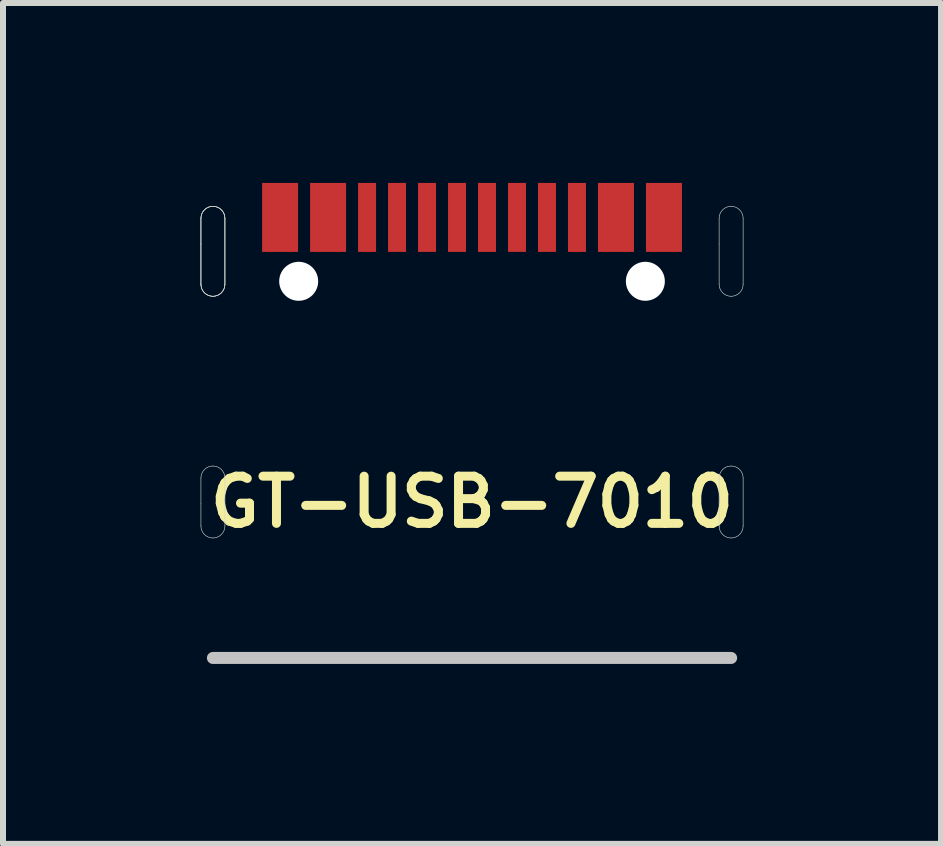
<source format=kicad_pcb>
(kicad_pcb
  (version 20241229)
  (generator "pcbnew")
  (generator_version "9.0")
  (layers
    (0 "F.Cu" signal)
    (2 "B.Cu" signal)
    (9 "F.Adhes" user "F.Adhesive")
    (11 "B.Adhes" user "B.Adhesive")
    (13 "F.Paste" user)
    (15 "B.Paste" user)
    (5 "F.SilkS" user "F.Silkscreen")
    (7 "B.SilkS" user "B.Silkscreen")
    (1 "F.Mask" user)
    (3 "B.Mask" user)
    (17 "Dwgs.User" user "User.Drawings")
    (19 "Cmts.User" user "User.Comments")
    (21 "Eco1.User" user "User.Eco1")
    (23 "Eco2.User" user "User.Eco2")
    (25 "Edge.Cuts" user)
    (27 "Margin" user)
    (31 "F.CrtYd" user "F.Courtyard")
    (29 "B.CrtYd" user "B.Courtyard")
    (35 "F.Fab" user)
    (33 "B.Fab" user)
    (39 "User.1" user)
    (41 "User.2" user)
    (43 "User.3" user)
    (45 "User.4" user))
  (footprint "GT-USB-7010"
    (layer "F.Cu")
    (at 4.82 5.32)
    (property "Reference" "GT-USB-7010" (at 0 0 0) (layer "F.SilkS") (effects (font (size 0.787 0.787) (thickness 0.15))))
    (attr smd)
    (fp_poly (pts (xy -4.72 -3.63) (xy -4.72 -4.6) (xy -4.72 -4.73) (xy -4.719 -4.751) (xy -4.718 -4.772) (xy -4.715 -4.793) (xy -4.711 -4.813) (xy -4.706 -4.834) (xy -4.7 -4.854) (xy -4.693 -4.873) (xy -4.685 -4.893) (xy -4.676 -4.912) (xy -4.666 -4.93) (xy -4.655 -4.948) (xy -4.644 -4.965) (xy -4.631 -4.982) (xy -4.617 -4.998) (xy -4.603 -5.013) (xy -4.588 -5.027) (xy -4.572 -5.041) (xy -4.555 -5.054) (xy -4.538 -5.065) (xy -4.52 -5.076) (xy -4.502 -5.086) (xy -4.483 -5.095) (xy -4.463 -5.103) (xy -4.444 -5.11) (xy -4.424 -5.116) (xy -4.403 -5.121) (xy -4.383 -5.125) (xy -4.362 -5.128) (xy -4.341 -5.129) (xy -4.32 -5.13) (xy -4.299 -5.129) (xy -4.278 -5.128) (xy -4.257 -5.125) (xy -4.237 -5.121) (xy -4.216 -5.116) (xy -4.196 -5.11) (xy -4.177 -5.103) (xy -4.157 -5.095) (xy -4.138 -5.086) (xy -4.12 -5.076) (xy -4.102 -5.065) (xy -4.085 -5.054) (xy -4.068 -5.041) (xy -4.052 -5.027) (xy -4.037 -5.013) (xy -4.023 -4.998) (xy -4.009 -4.982) (xy -3.996 -4.965) (xy -3.985 -4.948) (xy -3.974 -4.93) (xy -3.964 -4.912) (xy -3.955 -4.893) (xy -3.947 -4.873) (xy -3.94 -4.854) (xy -3.934 -4.834) (xy -3.929 -4.813) (xy -3.925 -4.793) (xy -3.922 -4.772) (xy -3.921 -4.751) (xy -3.92 -4.73) (xy -3.92 -3.63) (xy -3.921 -3.609) (xy -3.922 -3.588) (xy -3.925 -3.567) (xy -3.929 -3.547) (xy -3.934 -3.526) (xy -3.94 -3.506) (xy -3.947 -3.487) (xy -3.955 -3.467) (xy -3.964 -3.448) (xy -3.974 -3.43) (xy -3.985 -3.412) (xy -3.996 -3.395) (xy -4.009 -3.378) (xy -4.023 -3.362) (xy -4.037 -3.347) (xy -4.052 -3.333) (xy -4.068 -3.319) (xy -4.085 -3.306) (xy -4.102 -3.295) (xy -4.12 -3.284) (xy -4.138 -3.274) (xy -4.157 -3.265) (xy -4.177 -3.257) (xy -4.196 -3.25) (xy -4.216 -3.244) (xy -4.237 -3.239) (xy -4.257 -3.235) (xy -4.278 -3.232) (xy -4.299 -3.231) (xy -4.32 -3.23) (xy -4.341 -3.231) (xy -4.362 -3.232) (xy -4.383 -3.235) (xy -4.403 -3.239) (xy -4.424 -3.244) (xy -4.444 -3.25) (xy -4.463 -3.257) (xy -4.483 -3.265) (xy -4.502 -3.274) (xy -4.52 -3.284) (xy -4.538 -3.295) (xy -4.555 -3.306) (xy -4.572 -3.319) (xy -4.588 -3.333) (xy -4.603 -3.347) (xy -4.617 -3.362) (xy -4.631 -3.378) (xy -4.644 -3.395) (xy -4.655 -3.412) (xy -4.666 -3.43) (xy -4.676 -3.448) (xy -4.685 -3.467) (xy -4.693 -3.487) (xy -4.7 -3.506) (xy -4.706 -3.526) (xy -4.711 -3.547) (xy -4.715 -3.567) (xy -4.718 -3.588) (xy -4.719 -3.609) (xy -4.72 -3.63)) (stroke (width 0.2) (type solid)) (fill yes) (layer "F.Mask"))
    (fp_poly (pts (xy -4.72 0.4) (xy -4.72 -0.3) (xy -4.72 -0.4) (xy -4.719 -0.421) (xy -4.718 -0.442) (xy -4.715 -0.463) (xy -4.711 -0.483) (xy -4.706 -0.504) (xy -4.7 -0.524) (xy -4.693 -0.543) (xy -4.685 -0.563) (xy -4.676 -0.582) (xy -4.666 -0.6) (xy -4.655 -0.618) (xy -4.644 -0.635) (xy -4.631 -0.652) (xy -4.617 -0.668) (xy -4.603 -0.683) (xy -4.588 -0.697) (xy -4.572 -0.711) (xy -4.555 -0.724) (xy -4.538 -0.735) (xy -4.52 -0.746) (xy -4.502 -0.756) (xy -4.483 -0.765) (xy -4.463 -0.773) (xy -4.444 -0.78) (xy -4.424 -0.786) (xy -4.403 -0.791) (xy -4.383 -0.795) (xy -4.362 -0.798) (xy -4.341 -0.799) (xy -4.32 -0.8) (xy -4.299 -0.799) (xy -4.278 -0.798) (xy -4.257 -0.795) (xy -4.237 -0.791) (xy -4.216 -0.786) (xy -4.196 -0.78) (xy -4.177 -0.773) (xy -4.157 -0.765) (xy -4.138 -0.756) (xy -4.12 -0.746) (xy -4.102 -0.735) (xy -4.085 -0.724) (xy -4.068 -0.711) (xy -4.052 -0.697) (xy -4.037 -0.683) (xy -4.023 -0.668) (xy -4.009 -0.652) (xy -3.996 -0.635) (xy -3.985 -0.618) (xy -3.974 -0.6) (xy -3.964 -0.582) (xy -3.955 -0.563) (xy -3.947 -0.543) (xy -3.94 -0.524) (xy -3.934 -0.504) (xy -3.929 -0.483) (xy -3.925 -0.463) (xy -3.922 -0.442) (xy -3.921 -0.421) (xy -3.92 -0.4) (xy -3.92 0.4) (xy -3.921 0.421) (xy -3.922 0.442) (xy -3.925 0.463) (xy -3.929 0.483) (xy -3.934 0.504) (xy -3.94 0.524) (xy -3.947 0.543) (xy -3.955 0.563) (xy -3.964 0.582) (xy -3.974 0.6) (xy -3.985 0.618) (xy -3.996 0.635) (xy -4.009 0.652) (xy -4.023 0.668) (xy -4.037 0.683) (xy -4.052 0.697) (xy -4.068 0.711) (xy -4.085 0.724) (xy -4.102 0.735) (xy -4.12 0.746) (xy -4.138 0.756) (xy -4.157 0.765) (xy -4.177 0.773) (xy -4.196 0.78) (xy -4.216 0.786) (xy -4.237 0.791) (xy -4.257 0.795) (xy -4.278 0.798) (xy -4.299 0.799) (xy -4.32 0.8) (xy -4.341 0.799) (xy -4.362 0.798) (xy -4.383 0.795) (xy -4.403 0.791) (xy -4.424 0.786) (xy -4.444 0.78) (xy -4.463 0.773) (xy -4.483 0.765) (xy -4.502 0.756) (xy -4.52 0.746) (xy -4.538 0.735) (xy -4.555 0.724) (xy -4.572 0.711) (xy -4.588 0.697) (xy -4.603 0.683) (xy -4.617 0.668) (xy -4.631 0.652) (xy -4.644 0.635) (xy -4.655 0.618) (xy -4.666 0.6) (xy -4.676 0.582) (xy -4.685 0.563) (xy -4.693 0.543) (xy -4.7 0.524) (xy -4.706 0.504) (xy -4.711 0.483) (xy -4.715 0.463) (xy -4.718 0.442) (xy -4.719 0.421) (xy -4.72 0.4)) (stroke (width 0.2) (type solid)) (fill yes) (layer "F.Mask"))
    (fp_poly (pts (xy 3.916 0.4) (xy 3.916 -0.3) (xy 3.916 -0.4) (xy 3.917 -0.421) (xy 3.918 -0.442) (xy 3.921 -0.463) (xy 3.925 -0.483) (xy 3.93 -0.504) (xy 3.936 -0.524) (xy 3.943 -0.543) (xy 3.951 -0.563) (xy 3.96 -0.582) (xy 3.97 -0.6) (xy 3.981 -0.618) (xy 3.992 -0.635) (xy 4.005 -0.652) (xy 4.019 -0.668) (xy 4.033 -0.683) (xy 4.048 -0.697) (xy 4.064 -0.711) (xy 4.081 -0.724) (xy 4.098 -0.735) (xy 4.116 -0.746) (xy 4.134 -0.756) (xy 4.153 -0.765) (xy 4.173 -0.773) (xy 4.192 -0.78) (xy 4.212 -0.786) (xy 4.233 -0.791) (xy 4.253 -0.795) (xy 4.274 -0.798) (xy 4.295 -0.799) (xy 4.316 -0.8) (xy 4.337 -0.799) (xy 4.358 -0.798) (xy 4.379 -0.795) (xy 4.399 -0.791) (xy 4.42 -0.786) (xy 4.44 -0.78) (xy 4.459 -0.773) (xy 4.479 -0.765) (xy 4.498 -0.756) (xy 4.516 -0.746) (xy 4.534 -0.735) (xy 4.551 -0.724) (xy 4.568 -0.711) (xy 4.584 -0.697) (xy 4.599 -0.683) (xy 4.613 -0.668) (xy 4.627 -0.652) (xy 4.64 -0.635) (xy 4.651 -0.618) (xy 4.662 -0.6) (xy 4.672 -0.582) (xy 4.681 -0.563) (xy 4.689 -0.543) (xy 4.696 -0.524) (xy 4.702 -0.504) (xy 4.707 -0.483) (xy 4.711 -0.463) (xy 4.714 -0.442) (xy 4.715 -0.421) (xy 4.716 -0.4) (xy 4.716 0.4) (xy 4.715 0.421) (xy 4.714 0.442) (xy 4.711 0.463) (xy 4.707 0.483) (xy 4.702 0.504) (xy 4.696 0.524) (xy 4.689 0.543) (xy 4.681 0.563) (xy 4.672 0.582) (xy 4.662 0.6) (xy 4.651 0.618) (xy 4.64 0.635) (xy 4.627 0.652) (xy 4.613 0.668) (xy 4.599 0.683) (xy 4.584 0.697) (xy 4.568 0.711) (xy 4.551 0.724) (xy 4.534 0.735) (xy 4.516 0.746) (xy 4.498 0.756) (xy 4.479 0.765) (xy 4.459 0.773) (xy 4.44 0.78) (xy 4.42 0.786) (xy 4.399 0.791) (xy 4.379 0.795) (xy 4.358 0.798) (xy 4.337 0.799) (xy 4.316 0.8) (xy 4.295 0.799) (xy 4.274 0.798) (xy 4.253 0.795) (xy 4.233 0.791) (xy 4.212 0.786) (xy 4.192 0.78) (xy 4.173 0.773) (xy 4.153 0.765) (xy 4.134 0.756) (xy 4.116 0.746) (xy 4.098 0.735) (xy 4.081 0.724) (xy 4.064 0.711) (xy 4.048 0.697) (xy 4.033 0.683) (xy 4.019 0.668) (xy 4.005 0.652) (xy 3.992 0.635) (xy 3.981 0.618) (xy 3.97 0.6) (xy 3.96 0.582) (xy 3.951 0.563) (xy 3.943 0.543) (xy 3.936 0.524) (xy 3.93 0.504) (xy 3.925 0.483) (xy 3.921 0.463) (xy 3.918 0.442) (xy 3.917 0.421) (xy 3.916 0.4)) (stroke (width 0.2) (type solid)) (fill yes) (layer "F.Mask"))
    (fp_poly (pts (xy 3.92 -3.63) (xy 3.92 -4.6) (xy 3.92 -4.73) (xy 3.921 -4.751) (xy 3.922 -4.772) (xy 3.925 -4.793) (xy 3.929 -4.813) (xy 3.934 -4.834) (xy 3.94 -4.854) (xy 3.947 -4.873) (xy 3.955 -4.893) (xy 3.964 -4.912) (xy 3.974 -4.93) (xy 3.985 -4.948) (xy 3.996 -4.965) (xy 4.009 -4.982) (xy 4.023 -4.998) (xy 4.037 -5.013) (xy 4.052 -5.027) (xy 4.068 -5.041) (xy 4.085 -5.054) (xy 4.102 -5.065) (xy 4.12 -5.076) (xy 4.138 -5.086) (xy 4.157 -5.095) (xy 4.177 -5.103) (xy 4.196 -5.11) (xy 4.216 -5.116) (xy 4.237 -5.121) (xy 4.257 -5.125) (xy 4.278 -5.128) (xy 4.299 -5.129) (xy 4.32 -5.13) (xy 4.341 -5.129) (xy 4.362 -5.128) (xy 4.383 -5.125) (xy 4.403 -5.121) (xy 4.424 -5.116) (xy 4.444 -5.11) (xy 4.463 -5.103) (xy 4.483 -5.095) (xy 4.502 -5.086) (xy 4.52 -5.076) (xy 4.538 -5.065) (xy 4.555 -5.054) (xy 4.572 -5.041) (xy 4.588 -5.027) (xy 4.603 -5.013) (xy 4.617 -4.998) (xy 4.631 -4.982) (xy 4.644 -4.965) (xy 4.655 -4.948) (xy 4.666 -4.93) (xy 4.676 -4.912) (xy 4.685 -4.893) (xy 4.693 -4.873) (xy 4.7 -4.854) (xy 4.706 -4.834) (xy 4.711 -4.813) (xy 4.715 -4.793) (xy 4.718 -4.772) (xy 4.719 -4.751) (xy 4.72 -4.73) (xy 4.72 -3.63) (xy 4.719 -3.609) (xy 4.718 -3.588) (xy 4.715 -3.567) (xy 4.711 -3.547) (xy 4.706 -3.526) (xy 4.7 -3.506) (xy 4.693 -3.487) (xy 4.685 -3.467) (xy 4.676 -3.448) (xy 4.666 -3.43) (xy 4.655 -3.412) (xy 4.644 -3.395) (xy 4.631 -3.378) (xy 4.617 -3.362) (xy 4.603 -3.347) (xy 4.588 -3.333) (xy 4.572 -3.319) (xy 4.555 -3.306) (xy 4.538 -3.295) (xy 4.52 -3.284) (xy 4.502 -3.274) (xy 4.483 -3.265) (xy 4.463 -3.257) (xy 4.444 -3.25) (xy 4.424 -3.244) (xy 4.403 -3.239) (xy 4.383 -3.235) (xy 4.362 -3.232) (xy 4.341 -3.231) (xy 4.32 -3.23) (xy 4.299 -3.231) (xy 4.278 -3.232) (xy 4.257 -3.235) (xy 4.237 -3.239) (xy 4.216 -3.244) (xy 4.196 -3.25) (xy 4.177 -3.257) (xy 4.157 -3.265) (xy 4.138 -3.274) (xy 4.12 -3.284) (xy 4.102 -3.295) (xy 4.085 -3.306) (xy 4.068 -3.319) (xy 4.052 -3.333) (xy 4.037 -3.347) (xy 4.023 -3.362) (xy 4.009 -3.378) (xy 3.996 -3.395) (xy 3.985 -3.412) (xy 3.974 -3.43) (xy 3.964 -3.448) (xy 3.955 -3.467) (xy 3.947 -3.487) (xy 3.94 -3.506) (xy 3.934 -3.526) (xy 3.929 -3.547) (xy 3.925 -3.567) (xy 3.922 -3.588) (xy 3.921 -3.609) (xy 3.92 -3.63)) (stroke (width 0.2) (type solid)) (fill yes) (layer "F.Mask"))
    (fp_poly (pts (xy -4.72 -3.63) (xy -4.72 -4.6) (xy -4.72 -4.73) (xy -4.719 -4.751) (xy -4.718 -4.772) (xy -4.715 -4.793) (xy -4.711 -4.813) (xy -4.706 -4.834) (xy -4.7 -4.854) (xy -4.693 -4.873) (xy -4.685 -4.893) (xy -4.676 -4.912) (xy -4.666 -4.93) (xy -4.655 -4.948) (xy -4.644 -4.965) (xy -4.631 -4.982) (xy -4.617 -4.998) (xy -4.603 -5.013) (xy -4.588 -5.027) (xy -4.572 -5.041) (xy -4.555 -5.054) (xy -4.538 -5.065) (xy -4.52 -5.076) (xy -4.502 -5.086) (xy -4.483 -5.095) (xy -4.463 -5.103) (xy -4.444 -5.11) (xy -4.424 -5.116) (xy -4.403 -5.121) (xy -4.383 -5.125) (xy -4.362 -5.128) (xy -4.341 -5.129) (xy -4.32 -5.13) (xy -4.299 -5.129) (xy -4.278 -5.128) (xy -4.257 -5.125) (xy -4.237 -5.121) (xy -4.216 -5.116) (xy -4.196 -5.11) (xy -4.177 -5.103) (xy -4.157 -5.095) (xy -4.138 -5.086) (xy -4.12 -5.076) (xy -4.102 -5.065) (xy -4.085 -5.054) (xy -4.068 -5.041) (xy -4.052 -5.027) (xy -4.037 -5.013) (xy -4.023 -4.998) (xy -4.009 -4.982) (xy -3.996 -4.965) (xy -3.985 -4.948) (xy -3.974 -4.93) (xy -3.964 -4.912) (xy -3.955 -4.893) (xy -3.947 -4.873) (xy -3.94 -4.854) (xy -3.934 -4.834) (xy -3.929 -4.813) (xy -3.925 -4.793) (xy -3.922 -4.772) (xy -3.921 -4.751) (xy -3.92 -4.73) (xy -3.92 -3.63) (xy -3.921 -3.609) (xy -3.922 -3.588) (xy -3.925 -3.567) (xy -3.929 -3.547) (xy -3.934 -3.526) (xy -3.94 -3.506) (xy -3.947 -3.487) (xy -3.955 -3.467) (xy -3.964 -3.448) (xy -3.974 -3.43) (xy -3.985 -3.412) (xy -3.996 -3.395) (xy -4.009 -3.378) (xy -4.023 -3.362) (xy -4.037 -3.347) (xy -4.052 -3.333) (xy -4.068 -3.319) (xy -4.085 -3.306) (xy -4.102 -3.295) (xy -4.12 -3.284) (xy -4.138 -3.274) (xy -4.157 -3.265) (xy -4.177 -3.257) (xy -4.196 -3.25) (xy -4.216 -3.244) (xy -4.237 -3.239) (xy -4.257 -3.235) (xy -4.278 -3.232) (xy -4.299 -3.231) (xy -4.32 -3.23) (xy -4.341 -3.231) (xy -4.362 -3.232) (xy -4.383 -3.235) (xy -4.403 -3.239) (xy -4.424 -3.244) (xy -4.444 -3.25) (xy -4.463 -3.257) (xy -4.483 -3.265) (xy -4.502 -3.274) (xy -4.52 -3.284) (xy -4.538 -3.295) (xy -4.555 -3.306) (xy -4.572 -3.319) (xy -4.588 -3.333) (xy -4.603 -3.347) (xy -4.617 -3.362) (xy -4.631 -3.378) (xy -4.644 -3.395) (xy -4.655 -3.412) (xy -4.666 -3.43) (xy -4.676 -3.448) (xy -4.685 -3.467) (xy -4.693 -3.487) (xy -4.7 -3.506) (xy -4.706 -3.526) (xy -4.711 -3.547) (xy -4.715 -3.567) (xy -4.718 -3.588) (xy -4.719 -3.609) (xy -4.72 -3.63)) (stroke (width 0.2) (type solid)) (fill yes) (layer "B.Mask"))
    (fp_poly (pts (xy -4.72 0.4) (xy -4.72 -0.3) (xy -4.72 -0.4) (xy -4.719 -0.421) (xy -4.718 -0.442) (xy -4.715 -0.463) (xy -4.711 -0.483) (xy -4.706 -0.504) (xy -4.7 -0.524) (xy -4.693 -0.543) (xy -4.685 -0.563) (xy -4.676 -0.582) (xy -4.666 -0.6) (xy -4.655 -0.618) (xy -4.644 -0.635) (xy -4.631 -0.652) (xy -4.617 -0.668) (xy -4.603 -0.683) (xy -4.588 -0.697) (xy -4.572 -0.711) (xy -4.555 -0.724) (xy -4.538 -0.735) (xy -4.52 -0.746) (xy -4.502 -0.756) (xy -4.483 -0.765) (xy -4.463 -0.773) (xy -4.444 -0.78) (xy -4.424 -0.786) (xy -4.403 -0.791) (xy -4.383 -0.795) (xy -4.362 -0.798) (xy -4.341 -0.799) (xy -4.32 -0.8) (xy -4.299 -0.799) (xy -4.278 -0.798) (xy -4.257 -0.795) (xy -4.237 -0.791) (xy -4.216 -0.786) (xy -4.196 -0.78) (xy -4.177 -0.773) (xy -4.157 -0.765) (xy -4.138 -0.756) (xy -4.12 -0.746) (xy -4.102 -0.735) (xy -4.085 -0.724) (xy -4.068 -0.711) (xy -4.052 -0.697) (xy -4.037 -0.683) (xy -4.023 -0.668) (xy -4.009 -0.652) (xy -3.996 -0.635) (xy -3.985 -0.618) (xy -3.974 -0.6) (xy -3.964 -0.582) (xy -3.955 -0.563) (xy -3.947 -0.543) (xy -3.94 -0.524) (xy -3.934 -0.504) (xy -3.929 -0.483) (xy -3.925 -0.463) (xy -3.922 -0.442) (xy -3.921 -0.421) (xy -3.92 -0.4) (xy -3.92 0.4) (xy -3.921 0.421) (xy -3.922 0.442) (xy -3.925 0.463) (xy -3.929 0.483) (xy -3.934 0.504) (xy -3.94 0.524) (xy -3.947 0.543) (xy -3.955 0.563) (xy -3.964 0.582) (xy -3.974 0.6) (xy -3.985 0.618) (xy -3.996 0.635) (xy -4.009 0.652) (xy -4.023 0.668) (xy -4.037 0.683) (xy -4.052 0.697) (xy -4.068 0.711) (xy -4.085 0.724) (xy -4.102 0.735) (xy -4.12 0.746) (xy -4.138 0.756) (xy -4.157 0.765) (xy -4.177 0.773) (xy -4.196 0.78) (xy -4.216 0.786) (xy -4.237 0.791) (xy -4.257 0.795) (xy -4.278 0.798) (xy -4.299 0.799) (xy -4.32 0.8) (xy -4.341 0.799) (xy -4.362 0.798) (xy -4.383 0.795) (xy -4.403 0.791) (xy -4.424 0.786) (xy -4.444 0.78) (xy -4.463 0.773) (xy -4.483 0.765) (xy -4.502 0.756) (xy -4.52 0.746) (xy -4.538 0.735) (xy -4.555 0.724) (xy -4.572 0.711) (xy -4.588 0.697) (xy -4.603 0.683) (xy -4.617 0.668) (xy -4.631 0.652) (xy -4.644 0.635) (xy -4.655 0.618) (xy -4.666 0.6) (xy -4.676 0.582) (xy -4.685 0.563) (xy -4.693 0.543) (xy -4.7 0.524) (xy -4.706 0.504) (xy -4.711 0.483) (xy -4.715 0.463) (xy -4.718 0.442) (xy -4.719 0.421) (xy -4.72 0.4)) (stroke (width 0.2) (type solid)) (fill yes) (layer "B.Mask"))
    (fp_poly (pts (xy 3.916 0.4) (xy 3.916 -0.3) (xy 3.916 -0.4) (xy 3.917 -0.421) (xy 3.918 -0.442) (xy 3.921 -0.463) (xy 3.925 -0.483) (xy 3.93 -0.504) (xy 3.936 -0.524) (xy 3.943 -0.543) (xy 3.951 -0.563) (xy 3.96 -0.582) (xy 3.97 -0.6) (xy 3.981 -0.618) (xy 3.992 -0.635) (xy 4.005 -0.652) (xy 4.019 -0.668) (xy 4.033 -0.683) (xy 4.048 -0.697) (xy 4.064 -0.711) (xy 4.081 -0.724) (xy 4.098 -0.735) (xy 4.116 -0.746) (xy 4.134 -0.756) (xy 4.153 -0.765) (xy 4.173 -0.773) (xy 4.192 -0.78) (xy 4.212 -0.786) (xy 4.233 -0.791) (xy 4.253 -0.795) (xy 4.274 -0.798) (xy 4.295 -0.799) (xy 4.316 -0.8) (xy 4.337 -0.799) (xy 4.358 -0.798) (xy 4.379 -0.795) (xy 4.399 -0.791) (xy 4.42 -0.786) (xy 4.44 -0.78) (xy 4.459 -0.773) (xy 4.479 -0.765) (xy 4.498 -0.756) (xy 4.516 -0.746) (xy 4.534 -0.735) (xy 4.551 -0.724) (xy 4.568 -0.711) (xy 4.584 -0.697) (xy 4.599 -0.683) (xy 4.613 -0.668) (xy 4.627 -0.652) (xy 4.64 -0.635) (xy 4.651 -0.618) (xy 4.662 -0.6) (xy 4.672 -0.582) (xy 4.681 -0.563) (xy 4.689 -0.543) (xy 4.696 -0.524) (xy 4.702 -0.504) (xy 4.707 -0.483) (xy 4.711 -0.463) (xy 4.714 -0.442) (xy 4.715 -0.421) (xy 4.716 -0.4) (xy 4.716 0.4) (xy 4.715 0.421) (xy 4.714 0.442) (xy 4.711 0.463) (xy 4.707 0.483) (xy 4.702 0.504) (xy 4.696 0.524) (xy 4.689 0.543) (xy 4.681 0.563) (xy 4.672 0.582) (xy 4.662 0.6) (xy 4.651 0.618) (xy 4.64 0.635) (xy 4.627 0.652) (xy 4.613 0.668) (xy 4.599 0.683) (xy 4.584 0.697) (xy 4.568 0.711) (xy 4.551 0.724) (xy 4.534 0.735) (xy 4.516 0.746) (xy 4.498 0.756) (xy 4.479 0.765) (xy 4.459 0.773) (xy 4.44 0.78) (xy 4.42 0.786) (xy 4.399 0.791) (xy 4.379 0.795) (xy 4.358 0.798) (xy 4.337 0.799) (xy 4.316 0.8) (xy 4.295 0.799) (xy 4.274 0.798) (xy 4.253 0.795) (xy 4.233 0.791) (xy 4.212 0.786) (xy 4.192 0.78) (xy 4.173 0.773) (xy 4.153 0.765) (xy 4.134 0.756) (xy 4.116 0.746) (xy 4.098 0.735) (xy 4.081 0.724) (xy 4.064 0.711) (xy 4.048 0.697) (xy 4.033 0.683) (xy 4.019 0.668) (xy 4.005 0.652) (xy 3.992 0.635) (xy 3.981 0.618) (xy 3.97 0.6) (xy 3.96 0.582) (xy 3.951 0.563) (xy 3.943 0.543) (xy 3.936 0.524) (xy 3.93 0.504) (xy 3.925 0.483) (xy 3.921 0.463) (xy 3.918 0.442) (xy 3.917 0.421) (xy 3.916 0.4)) (stroke (width 0.2) (type solid)) (fill yes) (layer "B.Mask"))
    (fp_poly (pts (xy 3.92 -3.63) (xy 3.92 -4.6) (xy 3.92 -4.73) (xy 3.921 -4.751) (xy 3.922 -4.772) (xy 3.925 -4.793) (xy 3.929 -4.813) (xy 3.934 -4.834) (xy 3.94 -4.854) (xy 3.947 -4.873) (xy 3.955 -4.893) (xy 3.964 -4.912) (xy 3.974 -4.93) (xy 3.985 -4.948) (xy 3.996 -4.965) (xy 4.009 -4.982) (xy 4.023 -4.998) (xy 4.037 -5.013) (xy 4.052 -5.027) (xy 4.068 -5.041) (xy 4.085 -5.054) (xy 4.102 -5.065) (xy 4.12 -5.076) (xy 4.138 -5.086) (xy 4.157 -5.095) (xy 4.177 -5.103) (xy 4.196 -5.11) (xy 4.216 -5.116) (xy 4.237 -5.121) (xy 4.257 -5.125) (xy 4.278 -5.128) (xy 4.299 -5.129) (xy 4.32 -5.13) (xy 4.341 -5.129) (xy 4.362 -5.128) (xy 4.383 -5.125) (xy 4.403 -5.121) (xy 4.424 -5.116) (xy 4.444 -5.11) (xy 4.463 -5.103) (xy 4.483 -5.095) (xy 4.502 -5.086) (xy 4.52 -5.076) (xy 4.538 -5.065) (xy 4.555 -5.054) (xy 4.572 -5.041) (xy 4.588 -5.027) (xy 4.603 -5.013) (xy 4.617 -4.998) (xy 4.631 -4.982) (xy 4.644 -4.965) (xy 4.655 -4.948) (xy 4.666 -4.93) (xy 4.676 -4.912) (xy 4.685 -4.893) (xy 4.693 -4.873) (xy 4.7 -4.854) (xy 4.706 -4.834) (xy 4.711 -4.813) (xy 4.715 -4.793) (xy 4.718 -4.772) (xy 4.719 -4.751) (xy 4.72 -4.73) (xy 4.72 -3.63) (xy 4.719 -3.609) (xy 4.718 -3.588) (xy 4.715 -3.567) (xy 4.711 -3.547) (xy 4.706 -3.526) (xy 4.7 -3.506) (xy 4.693 -3.487) (xy 4.685 -3.467) (xy 4.676 -3.448) (xy 4.666 -3.43) (xy 4.655 -3.412) (xy 4.644 -3.395) (xy 4.631 -3.378) (xy 4.617 -3.362) (xy 4.603 -3.347) (xy 4.588 -3.333) (xy 4.572 -3.319) (xy 4.555 -3.306) (xy 4.538 -3.295) (xy 4.52 -3.284) (xy 4.502 -3.274) (xy 4.483 -3.265) (xy 4.463 -3.257) (xy 4.444 -3.25) (xy 4.424 -3.244) (xy 4.403 -3.239) (xy 4.383 -3.235) (xy 4.362 -3.232) (xy 4.341 -3.231) (xy 4.32 -3.23) (xy 4.299 -3.231) (xy 4.278 -3.232) (xy 4.257 -3.235) (xy 4.237 -3.239) (xy 4.216 -3.244) (xy 4.196 -3.25) (xy 4.177 -3.257) (xy 4.157 -3.265) (xy 4.138 -3.274) (xy 4.12 -3.284) (xy 4.102 -3.295) (xy 4.085 -3.306) (xy 4.068 -3.319) (xy 4.052 -3.333) (xy 4.037 -3.347) (xy 4.023 -3.362) (xy 4.009 -3.378) (xy 3.996 -3.395) (xy 3.985 -3.412) (xy 3.974 -3.43) (xy 3.964 -3.448) (xy 3.955 -3.467) (xy 3.947 -3.487) (xy 3.94 -3.506) (xy 3.934 -3.526) (xy 3.929 -3.547) (xy 3.925 -3.567) (xy 3.922 -3.588) (xy 3.921 -3.609) (xy 3.92 -3.63)) (stroke (width 0.2) (type solid)) (fill yes) (layer "B.Mask"))
    (fp_poly (pts (xy 3.92 0.4) (xy 3.92 -0.4) (xy 3.921 -0.421) (xy 3.922 -0.442) (xy 3.925 -0.463) (xy 3.929 -0.483) (xy 3.934 -0.504) (xy 3.94 -0.524) (xy 3.947 -0.543) (xy 3.955 -0.563) (xy 3.964 -0.582) (xy 3.974 -0.6) (xy 3.985 -0.618) (xy 3.996 -0.635) (xy 4.009 -0.652) (xy 4.023 -0.668) (xy 4.037 -0.683) (xy 4.052 -0.697) (xy 4.068 -0.711) (xy 4.085 -0.724) (xy 4.102 -0.735) (xy 4.12 -0.746) (xy 4.138 -0.756) (xy 4.157 -0.765) (xy 4.177 -0.773) (xy 4.196 -0.78) (xy 4.216 -0.786) (xy 4.237 -0.791) (xy 4.257 -0.795) (xy 4.278 -0.798) (xy 4.299 -0.799) (xy 4.32 -0.8) (xy 4.341 -0.799) (xy 4.362 -0.798) (xy 4.383 -0.795) (xy 4.403 -0.791) (xy 4.424 -0.786) (xy 4.444 -0.78) (xy 4.463 -0.773) (xy 4.483 -0.765) (xy 4.502 -0.756) (xy 4.52 -0.746) (xy 4.538 -0.735) (xy 4.555 -0.724) (xy 4.572 -0.711) (xy 4.588 -0.697) (xy 4.603 -0.683) (xy 4.617 -0.668) (xy 4.631 -0.652) (xy 4.644 -0.635) (xy 4.655 -0.618) (xy 4.666 -0.6) (xy 4.676 -0.582) (xy 4.685 -0.563) (xy 4.693 -0.543) (xy 4.7 -0.524) (xy 4.706 -0.504) (xy 4.711 -0.483) (xy 4.715 -0.463) (xy 4.718 -0.442) (xy 4.719 -0.421) (xy 4.72 -0.4) (xy 4.72 0.4) (xy 4.719 0.421) (xy 4.718 0.442) (xy 4.715 0.463) (xy 4.711 0.483) (xy 4.706 0.504) (xy 4.7 0.524) (xy 4.693 0.543) (xy 4.685 0.563) (xy 4.676 0.582) (xy 4.666 0.6) (xy 4.655 0.618) (xy 4.644 0.635) (xy 4.631 0.652) (xy 4.617 0.668) (xy 4.603 0.683) (xy 4.588 0.697) (xy 4.572 0.711) (xy 4.555 0.724) (xy 4.538 0.735) (xy 4.52 0.746) (xy 4.502 0.756) (xy 4.483 0.765) (xy 4.463 0.773) (xy 4.444 0.78) (xy 4.424 0.786) (xy 4.403 0.791) (xy 4.383 0.795) (xy 4.362 0.798) (xy 4.341 0.799) (xy 4.32 0.8) (xy 4.299 0.799) (xy 4.278 0.798) (xy 4.257 0.795) (xy 4.237 0.791) (xy 4.216 0.786) (xy 4.196 0.78) (xy 4.177 0.773) (xy 4.157 0.765) (xy 4.138 0.756) (xy 4.12 0.746) (xy 4.102 0.735) (xy 4.085 0.724) (xy 4.068 0.711) (xy 4.052 0.697) (xy 4.037 0.683) (xy 4.023 0.668) (xy 4.009 0.652) (xy 3.996 0.635) (xy 3.985 0.618) (xy 3.974 0.6) (xy 3.964 0.582) (xy 3.955 0.563) (xy 3.947 0.543) (xy 3.94 0.524) (xy 3.934 0.504) (xy 3.929 0.483) (xy 3.925 0.463) (xy 3.922 0.442) (xy 3.921 0.421) (xy 3.92 0.4)) (stroke (width 0.2) (type solid)) (fill yes) (layer "F.Paste"))
    (fp_poly (pts (xy -4.72 -3.63) (xy -4.72 -4.6) (xy -4.72 -4.73) (xy -4.719 -4.751) (xy -4.718 -4.772) (xy -4.715 -4.793) (xy -4.711 -4.813) (xy -4.706 -4.834) (xy -4.7 -4.854) (xy -4.693 -4.873) (xy -4.685 -4.893) (xy -4.676 -4.912) (xy -4.666 -4.93) (xy -4.655 -4.948) (xy -4.644 -4.965) (xy -4.631 -4.982) (xy -4.617 -4.998) (xy -4.603 -5.013) (xy -4.588 -5.027) (xy -4.572 -5.041) (xy -4.555 -5.054) (xy -4.538 -5.065) (xy -4.52 -5.076) (xy -4.502 -5.086) (xy -4.483 -5.095) (xy -4.463 -5.103) (xy -4.444 -5.11) (xy -4.424 -5.116) (xy -4.403 -5.121) (xy -4.383 -5.125) (xy -4.362 -5.128) (xy -4.341 -5.129) (xy -4.32 -5.13) (xy -4.299 -5.129) (xy -4.278 -5.128) (xy -4.257 -5.125) (xy -4.237 -5.121) (xy -4.216 -5.116) (xy -4.196 -5.11) (xy -4.177 -5.103) (xy -4.157 -5.095) (xy -4.138 -5.086) (xy -4.12 -5.076) (xy -4.102 -5.065) (xy -4.085 -5.054) (xy -4.068 -5.041) (xy -4.052 -5.027) (xy -4.037 -5.013) (xy -4.023 -4.998) (xy -4.009 -4.982) (xy -3.996 -4.965) (xy -3.985 -4.948) (xy -3.974 -4.93) (xy -3.964 -4.912) (xy -3.955 -4.893) (xy -3.947 -4.873) (xy -3.94 -4.854) (xy -3.934 -4.834) (xy -3.929 -4.813) (xy -3.925 -4.793) (xy -3.922 -4.772) (xy -3.921 -4.751) (xy -3.92 -4.73) (xy -3.92 -3.63) (xy -3.921 -3.609) (xy -3.922 -3.588) (xy -3.925 -3.567) (xy -3.929 -3.547) (xy -3.934 -3.526) (xy -3.94 -3.506) (xy -3.947 -3.487) (xy -3.955 -3.467) (xy -3.964 -3.448) (xy -3.974 -3.43) (xy -3.985 -3.412) (xy -3.996 -3.395) (xy -4.009 -3.378) (xy -4.023 -3.362) (xy -4.037 -3.347) (xy -4.052 -3.333) (xy -4.068 -3.319) (xy -4.085 -3.306) (xy -4.102 -3.295) (xy -4.12 -3.284) (xy -4.138 -3.274) (xy -4.157 -3.265) (xy -4.177 -3.257) (xy -4.196 -3.25) (xy -4.216 -3.244) (xy -4.237 -3.239) (xy -4.257 -3.235) (xy -4.278 -3.232) (xy -4.299 -3.231) (xy -4.32 -3.23) (xy -4.341 -3.231) (xy -4.362 -3.232) (xy -4.383 -3.235) (xy -4.403 -3.239) (xy -4.424 -3.244) (xy -4.444 -3.25) (xy -4.463 -3.257) (xy -4.483 -3.265) (xy -4.502 -3.274) (xy -4.52 -3.284) (xy -4.538 -3.295) (xy -4.555 -3.306) (xy -4.572 -3.319) (xy -4.588 -3.333) (xy -4.603 -3.347) (xy -4.617 -3.362) (xy -4.631 -3.378) (xy -4.644 -3.395) (xy -4.655 -3.412) (xy -4.666 -3.43) (xy -4.676 -3.448) (xy -4.685 -3.467) (xy -4.693 -3.487) (xy -4.7 -3.506) (xy -4.706 -3.526) (xy -4.711 -3.547) (xy -4.715 -3.567) (xy -4.718 -3.588) (xy -4.719 -3.609) (xy -4.72 -3.63)) (stroke (width 0.2) (type solid)) (fill yes) (layer "F.Paste"))
    (fp_poly (pts (xy -4.72 0.4) (xy -4.72 -0.3) (xy -4.72 -0.4) (xy -4.719 -0.421) (xy -4.718 -0.442) (xy -4.715 -0.463) (xy -4.711 -0.483) (xy -4.706 -0.504) (xy -4.7 -0.524) (xy -4.693 -0.543) (xy -4.685 -0.563) (xy -4.676 -0.582) (xy -4.666 -0.6) (xy -4.655 -0.618) (xy -4.644 -0.635) (xy -4.631 -0.652) (xy -4.617 -0.668) (xy -4.603 -0.683) (xy -4.588 -0.697) (xy -4.572 -0.711) (xy -4.555 -0.724) (xy -4.538 -0.735) (xy -4.52 -0.746) (xy -4.502 -0.756) (xy -4.483 -0.765) (xy -4.463 -0.773) (xy -4.444 -0.78) (xy -4.424 -0.786) (xy -4.403 -0.791) (xy -4.383 -0.795) (xy -4.362 -0.798) (xy -4.341 -0.799) (xy -4.32 -0.8) (xy -4.299 -0.799) (xy -4.278 -0.798) (xy -4.257 -0.795) (xy -4.237 -0.791) (xy -4.216 -0.786) (xy -4.196 -0.78) (xy -4.177 -0.773) (xy -4.157 -0.765) (xy -4.138 -0.756) (xy -4.12 -0.746) (xy -4.102 -0.735) (xy -4.085 -0.724) (xy -4.068 -0.711) (xy -4.052 -0.697) (xy -4.037 -0.683) (xy -4.023 -0.668) (xy -4.009 -0.652) (xy -3.996 -0.635) (xy -3.985 -0.618) (xy -3.974 -0.6) (xy -3.964 -0.582) (xy -3.955 -0.563) (xy -3.947 -0.543) (xy -3.94 -0.524) (xy -3.934 -0.504) (xy -3.929 -0.483) (xy -3.925 -0.463) (xy -3.922 -0.442) (xy -3.921 -0.421) (xy -3.92 -0.4) (xy -3.92 0.4) (xy -3.921 0.421) (xy -3.922 0.442) (xy -3.925 0.463) (xy -3.929 0.483) (xy -3.934 0.504) (xy -3.94 0.524) (xy -3.947 0.543) (xy -3.955 0.563) (xy -3.964 0.582) (xy -3.974 0.6) (xy -3.985 0.618) (xy -3.996 0.635) (xy -4.009 0.652) (xy -4.023 0.668) (xy -4.037 0.683) (xy -4.052 0.697) (xy -4.068 0.711) (xy -4.085 0.724) (xy -4.102 0.735) (xy -4.12 0.746) (xy -4.138 0.756) (xy -4.157 0.765) (xy -4.177 0.773) (xy -4.196 0.78) (xy -4.216 0.786) (xy -4.237 0.791) (xy -4.257 0.795) (xy -4.278 0.798) (xy -4.299 0.799) (xy -4.32 0.8) (xy -4.341 0.799) (xy -4.362 0.798) (xy -4.383 0.795) (xy -4.403 0.791) (xy -4.424 0.786) (xy -4.444 0.78) (xy -4.463 0.773) (xy -4.483 0.765) (xy -4.502 0.756) (xy -4.52 0.746) (xy -4.538 0.735) (xy -4.555 0.724) (xy -4.572 0.711) (xy -4.588 0.697) (xy -4.603 0.683) (xy -4.617 0.668) (xy -4.631 0.652) (xy -4.644 0.635) (xy -4.655 0.618) (xy -4.666 0.6) (xy -4.676 0.582) (xy -4.685 0.563) (xy -4.693 0.543) (xy -4.7 0.524) (xy -4.706 0.504) (xy -4.711 0.483) (xy -4.715 0.463) (xy -4.718 0.442) (xy -4.719 0.421) (xy -4.72 0.4)) (stroke (width 0.2) (type solid)) (fill yes) (layer "F.Paste"))
    (fp_poly (pts (xy 3.916 -3.63) (xy 3.916 -4.6) (xy 3.916 -4.73) (xy 3.917 -4.751) (xy 3.918 -4.772) (xy 3.921 -4.793) (xy 3.925 -4.813) (xy 3.93 -4.834) (xy 3.936 -4.854) (xy 3.943 -4.873) (xy 3.951 -4.893) (xy 3.96 -4.912) (xy 3.97 -4.93) (xy 3.981 -4.948) (xy 3.992 -4.965) (xy 4.005 -4.982) (xy 4.019 -4.998) (xy 4.033 -5.013) (xy 4.048 -5.027) (xy 4.064 -5.041) (xy 4.081 -5.054) (xy 4.098 -5.065) (xy 4.116 -5.076) (xy 4.134 -5.086) (xy 4.153 -5.095) (xy 4.173 -5.103) (xy 4.192 -5.11) (xy 4.212 -5.116) (xy 4.233 -5.121) (xy 4.253 -5.125) (xy 4.274 -5.128) (xy 4.295 -5.129) (xy 4.316 -5.13) (xy 4.337 -5.129) (xy 4.358 -5.128) (xy 4.379 -5.125) (xy 4.399 -5.121) (xy 4.42 -5.116) (xy 4.44 -5.11) (xy 4.459 -5.103) (xy 4.479 -5.095) (xy 4.498 -5.086) (xy 4.516 -5.076) (xy 4.534 -5.065) (xy 4.551 -5.054) (xy 4.568 -5.041) (xy 4.584 -5.027) (xy 4.599 -5.013) (xy 4.613 -4.998) (xy 4.627 -4.982) (xy 4.64 -4.965) (xy 4.651 -4.948) (xy 4.662 -4.93) (xy 4.672 -4.912) (xy 4.681 -4.893) (xy 4.689 -4.873) (xy 4.696 -4.854) (xy 4.702 -4.834) (xy 4.707 -4.813) (xy 4.711 -4.793) (xy 4.714 -4.772) (xy 4.715 -4.751) (xy 4.716 -4.73) (xy 4.716 -3.63) (xy 4.715 -3.609) (xy 4.714 -3.588) (xy 4.711 -3.567) (xy 4.707 -3.547) (xy 4.702 -3.526) (xy 4.696 -3.506) (xy 4.689 -3.487) (xy 4.681 -3.467) (xy 4.672 -3.448) (xy 4.662 -3.43) (xy 4.651 -3.412) (xy 4.64 -3.395) (xy 4.627 -3.378) (xy 4.613 -3.362) (xy 4.599 -3.347) (xy 4.584 -3.333) (xy 4.568 -3.319) (xy 4.551 -3.306) (xy 4.534 -3.295) (xy 4.516 -3.284) (xy 4.498 -3.274) (xy 4.479 -3.265) (xy 4.459 -3.257) (xy 4.44 -3.25) (xy 4.42 -3.244) (xy 4.399 -3.239) (xy 4.379 -3.235) (xy 4.358 -3.232) (xy 4.337 -3.231) (xy 4.316 -3.23) (xy 4.295 -3.231) (xy 4.274 -3.232) (xy 4.253 -3.235) (xy 4.233 -3.239) (xy 4.212 -3.244) (xy 4.192 -3.25) (xy 4.173 -3.257) (xy 4.153 -3.265) (xy 4.134 -3.274) (xy 4.116 -3.284) (xy 4.098 -3.295) (xy 4.081 -3.306) (xy 4.064 -3.319) (xy 4.048 -3.333) (xy 4.033 -3.347) (xy 4.019 -3.362) (xy 4.005 -3.378) (xy 3.992 -3.395) (xy 3.981 -3.412) (xy 3.97 -3.43) (xy 3.96 -3.448) (xy 3.951 -3.467) (xy 3.943 -3.487) (xy 3.936 -3.506) (xy 3.93 -3.526) (xy 3.925 -3.547) (xy 3.921 -3.567) (xy 3.918 -3.588) (xy 3.917 -3.609) (xy 3.916 -3.63)) (stroke (width 0.2) (type solid)) (fill yes) (layer "F.Paste"))
    (fp_line (start -4.32 2.6) (end 4.32 2.6) (stroke (width 0.2) (type solid)) (layer "Dwgs.User"))
    (fp_line (start -4.52 -4.3) (end -4.52 -4.73) (stroke (width 0.01) (type solid)) (layer "Edge.Cuts"))
    (fp_line (start -4.52 -4.3) (end -4.52 -4.73) (stroke (width 0.01) (type solid)) (layer "Edge.Cuts"))
    (fp_line (start -4.52 -4.3) (end -4.52 -4.73) (stroke (width 0.01) (type solid)) (layer "Edge.Cuts"))
    (fp_line (start -4.52 -3.63) (end -4.52 -4.3) (stroke (width 0.01) (type solid)) (layer "Edge.Cuts"))
    (fp_line (start -4.52 -3.63) (end -4.52 -4.3) (stroke (width 0.01) (type solid)) (layer "Edge.Cuts"))
    (fp_line (start -4.52 -3.63) (end -4.52 -4.3) (stroke (width 0.01) (type solid)) (layer "Edge.Cuts"))
    (fp_line (start -4.52 0.03) (end -4.52 -0.4) (stroke (width 0.01) (type solid)) (layer "Edge.Cuts"))
    (fp_line (start -4.52 0.4) (end -4.52 0.03) (stroke (width 0.01) (type solid)) (layer "Edge.Cuts"))
    (fp_line (start -4.12 -4.73) (end -4.12 -3.63) (stroke (width 0.01) (type solid)) (layer "Edge.Cuts"))
    (fp_line (start -4.12 -4.73) (end -4.12 -3.63) (stroke (width 0.01) (type solid)) (layer "Edge.Cuts"))
    (fp_line (start -4.12 -4.73) (end -4.12 -3.63) (stroke (width 0.01) (type solid)) (layer "Edge.Cuts"))
    (fp_line (start -4.12 -0.4) (end -4.12 0.4) (stroke (width 0.01) (type solid)) (layer "Edge.Cuts"))
    (fp_line (start 4.12 -4.3) (end 4.12 -4.73) (stroke (width 0.01) (type solid)) (layer "Edge.Cuts"))
    (fp_line (start 4.12 -3.63) (end 4.12 -4.3) (stroke (width 0.01) (type solid)) (layer "Edge.Cuts"))
    (fp_line (start 4.12 0.03) (end 4.12 -0.4) (stroke (width 0.01) (type solid)) (layer "Edge.Cuts"))
    (fp_line (start 4.12 0.4) (end 4.12 0.03) (stroke (width 0.01) (type solid)) (layer "Edge.Cuts"))
    (fp_line (start 4.52 -4.73) (end 4.52 -3.63) (stroke (width 0.01) (type solid)) (layer "Edge.Cuts"))
    (fp_line (start 4.52 -0.4) (end 4.52 0.4) (stroke (width 0.01) (type solid)) (layer "Edge.Cuts"))
    (fp_arc (start -4.52 -4.73) (mid -4.461421 -4.871421) (end -4.32 -4.93) (stroke (width 0.01) (type solid)) (layer "Edge.Cuts"))
    (fp_arc (start -4.52 -4.73) (mid -4.461421 -4.871421) (end -4.32 -4.93) (stroke (width 0.01) (type solid)) (layer "Edge.Cuts"))
    (fp_arc (start -4.52 -4.73) (mid -4.461421 -4.871421) (end -4.32 -4.93) (stroke (width 0.01) (type solid)) (layer "Edge.Cuts"))
    (fp_arc (start -4.52 -0.4) (mid -4.461421 -0.541421) (end -4.32 -0.6) (stroke (width 0.01) (type solid)) (layer "Edge.Cuts"))
    (fp_arc (start -4.32 -4.93) (mid -4.178579 -4.871421) (end -4.12 -4.73) (stroke (width 0.01) (type solid)) (layer "Edge.Cuts"))
    (fp_arc (start -4.32 -4.93) (mid -4.178579 -4.871421) (end -4.12 -4.73) (stroke (width 0.01) (type solid)) (layer "Edge.Cuts"))
    (fp_arc (start -4.32 -4.93) (mid -4.178579 -4.871421) (end -4.12 -4.73) (stroke (width 0.01) (type solid)) (layer "Edge.Cuts"))
    (fp_arc (start -4.32 -3.43) (mid -4.461421 -3.488579) (end -4.52 -3.63) (stroke (width 0.01) (type solid)) (layer "Edge.Cuts"))
    (fp_arc (start -4.32 -3.43) (mid -4.461421 -3.488579) (end -4.52 -3.63) (stroke (width 0.01) (type solid)) (layer "Edge.Cuts"))
    (fp_arc (start -4.32 -3.43) (mid -4.461421 -3.488579) (end -4.52 -3.63) (stroke (width 0.01) (type solid)) (layer "Edge.Cuts"))
    (fp_arc (start -4.32 -0.6) (mid -4.178579 -0.541421) (end -4.12 -0.4) (stroke (width 0.01) (type solid)) (layer "Edge.Cuts"))
    (fp_arc (start -4.32 0.6) (mid -4.461421 0.541421) (end -4.52 0.4) (stroke (width 0.01) (type solid)) (layer "Edge.Cuts"))
    (fp_arc (start -4.12 -3.63) (mid -4.178579 -3.488579) (end -4.32 -3.43) (stroke (width 0.01) (type solid)) (layer "Edge.Cuts"))
    (fp_arc (start -4.12 -3.63) (mid -4.178579 -3.488579) (end -4.32 -3.43) (stroke (width 0.01) (type solid)) (layer "Edge.Cuts"))
    (fp_arc (start -4.12 -3.63) (mid -4.178579 -3.488579) (end -4.32 -3.43) (stroke (width 0.01) (type solid)) (layer "Edge.Cuts"))
    (fp_arc (start -4.12 0.4) (mid -4.178579 0.541421) (end -4.32 0.6) (stroke (width 0.01) (type solid)) (layer "Edge.Cuts"))
    (fp_arc (start 4.12 -4.73) (mid 4.178579 -4.871421) (end 4.32 -4.93) (stroke (width 0.01) (type solid)) (layer "Edge.Cuts"))
    (fp_arc (start 4.12 -0.4) (mid 4.178579 -0.541421) (end 4.32 -0.6) (stroke (width 0.01) (type solid)) (layer "Edge.Cuts"))
    (fp_arc (start 4.32 -4.93) (mid 4.461421 -4.871421) (end 4.52 -4.73) (stroke (width 0.01) (type solid)) (layer "Edge.Cuts"))
    (fp_arc (start 4.32 -3.43) (mid 4.178579 -3.488579) (end 4.12 -3.63) (stroke (width 0.01) (type solid)) (layer "Edge.Cuts"))
    (fp_arc (start 4.32 -0.6) (mid 4.461421 -0.541421) (end 4.52 -0.4) (stroke (width 0.01) (type solid)) (layer "Edge.Cuts"))
    (fp_arc (start 4.32 0.6) (mid 4.178579 0.541421) (end 4.12 0.4) (stroke (width 0.01) (type solid)) (layer "Edge.Cuts"))
    (fp_arc (start 4.52 -3.63) (mid 4.461421 -3.488579) (end 4.32 -3.43) (stroke (width 0.01) (type solid)) (layer "Edge.Cuts"))
    (fp_arc (start 4.52 0.4) (mid 4.461421 0.541421) (end 4.32 0.6) (stroke (width 0.01) (type solid)) (layer "Edge.Cuts"))
    (pad "" np_thru_hole circle (at -2.89 -3.68) (size 0.65 0.65) (drill 0.65) (layers "*.Cu" "*.Mask"))
    (pad "" np_thru_hole circle (at 2.89 -3.68) (size 0.65 0.65) (drill 0.65) (layers "*.Cu" "*.Mask"))
    (pad "A1B12" smd rect (at -3.2 -4.745) (size 0.6 1.15) (layers "F.Cu" "F.Mask" "F.Paste"))
    (pad "A4B9" smd rect (at -2.4 -4.745) (size 0.6 1.15) (layers "F.Cu" "F.Mask" "F.Paste"))
    (pad "A5" smd rect (at -1.25 -4.745) (size 0.3 1.15) (layers "F.Cu" "F.Mask" "F.Paste"))
    (pad "A6" smd rect (at -0.25 -4.745) (size 0.3 1.15) (layers "F.Cu" "F.Mask" "F.Paste"))
    (pad "A7" smd rect (at 0.25 -4.745) (size 0.3 1.15) (layers "F.Cu" "F.Mask" "F.Paste"))
    (pad "A8" smd rect (at 1.25 -4.745) (size 0.3 1.15) (layers "F.Cu" "F.Mask" "F.Paste"))
    (pad "B1A12" smd rect (at 3.2 -4.745) (size 0.6 1.15) (layers "F.Cu" "F.Mask" "F.Paste"))
    (pad "B4A9" smd rect (at 2.4 -4.745) (size 0.6 1.15) (layers "F.Cu" "F.Mask" "F.Paste"))
    (pad "B5" smd rect (at 1.75 -4.745) (size 0.3 1.15) (layers "F.Cu" "F.Mask" "F.Paste"))
    (pad "B6" smd rect (at 0.75 -4.745) (size 0.3 1.15) (layers "F.Cu" "F.Mask" "F.Paste"))
    (pad "B7" smd rect (at -0.75 -4.745) (size 0.3 1.15) (layers "F.Cu" "F.Mask" "F.Paste"))
    (pad "B8" smd rect (at -1.75 -4.745) (size 0.3 1.15) (layers "F.Cu" "F.Mask" "F.Paste"))
    (zone (net_name "") (layer "F.Cu") (hatch full 0.508) (connect_pads) (min_thickness 0.2) (filled_areas_thickness no) (keepout (tracks not_allowed) (vias not_allowed) (pads not_allowed) (copperpour not_allowed) (footprints allowed)) (placement (enabled no)) (fill) (polygon (pts (xy 0.3 1.02) (xy 0.3 0.59) (xy 0.3 0.58) (xy 0.301 0.569) (xy 0.302 0.559) (xy 0.304 0.548) (xy 0.307 0.538) (xy 0.31 0.528) (xy 0.313 0.518) (xy 0.317 0.509) (xy 0.322 0.499) (xy 0.327 0.49) (xy 0.332 0.481) (xy 0.338 0.472) (xy 0.345 0.464) (xy 0.351 0.456) (xy 0.359 0.449) (xy 0.366 0.441) (xy 0.374 0.435) (xy 0.382 0.428) (xy 0.391 0.422) (xy 0.4 0.417) (xy 0.409 0.412) (xy 0.419 0.407) (xy 0.428 0.403) (xy 0.438 0.4) (xy 0.448 0.397) (xy 0.458 0.394) (xy 0.469 0.392) (xy 0.479 0.391) (xy 0.49 0.39) (xy 0.5 0.39) (xy 0.51 0.39) (xy 0.521 0.391) (xy 0.531 0.392) (xy 0.542 0.394) (xy 0.552 0.397) (xy 0.562 0.4) (xy 0.572 0.403) (xy 0.581 0.407) (xy 0.591 0.412) (xy 0.6 0.417) (xy 0.609 0.422) (xy 0.618 0.428) (xy 0.626 0.435) (xy 0.634 0.441) (xy 0.641 0.449) (xy 0.649 0.456) (xy 0.655 0.464) (xy 0.662 0.472) (xy 0.668 0.481) (xy 0.673 0.49) (xy 0.678 0.499) (xy 0.683 0.509) (xy 0.687 0.518) (xy 0.69 0.528) (xy 0.693 0.538) (xy 0.696 0.548) (xy 0.698 0.559) (xy 0.699 0.569) (xy 0.7 0.58) (xy 0.7 0.59) (xy 0.7 1.69) (xy 0.7 1.7) (xy 0.699 1.711) (xy 0.698 1.721) (xy 0.696 1.732) (xy 0.693 1.742) (xy 0.69 1.752) (xy 0.687 1.762) (xy 0.683 1.771) (xy 0.678 1.781) (xy 0.673 1.79) (xy 0.668 1.799) (xy 0.662 1.808) (xy 0.655 1.816) (xy 0.649 1.824) (xy 0.641 1.831) (xy 0.634 1.839) (xy 0.626 1.845) (xy 0.618 1.852) (xy 0.609 1.858) (xy 0.6 1.863) (xy 0.591 1.868) (xy 0.581 1.873) (xy 0.572 1.877) (xy 0.562 1.88) (xy 0.552 1.883) (xy 0.542 1.886) (xy 0.531 1.888) (xy 0.521 1.889) (xy 0.51 1.89) (xy 0.5 1.89) (xy 0.49 1.89) (xy 0.479 1.889) (xy 0.469 1.888) (xy 0.458 1.886) (xy 0.448 1.883) (xy 0.438 1.88) (xy 0.428 1.877) (xy 0.419 1.873) (xy 0.409 1.868) (xy 0.4 1.863) (xy 0.391 1.858) (xy 0.382 1.852) (xy 0.374 1.845) (xy 0.366 1.839) (xy 0.359 1.831) (xy 0.351 1.824) (xy 0.345 1.816) (xy 0.338 1.808) (xy 0.332 1.799) (xy 0.327 1.79) (xy 0.322 1.781) (xy 0.317 1.771) (xy 0.313 1.762) (xy 0.31 1.752) (xy 0.307 1.742) (xy 0.304 1.732) (xy 0.302 1.721) (xy 0.301 1.711) (xy 0.3 1.7) (xy 0.3 1.69))))
    (zone (net_name "") (layer "F.Cu") (hatch full 0.508) (connect_pads) (min_thickness 0.2) (filled_areas_thickness no) (keepout (tracks not_allowed) (vias not_allowed) (pads not_allowed) (copperpour not_allowed) (footprints allowed)) (placement (enabled no)) (fill) (polygon (pts (xy 0.3 1.02) (xy 0.3 0.59) (xy 0.3 0.58) (xy 0.301 0.569) (xy 0.302 0.559) (xy 0.304 0.548) (xy 0.307 0.538) (xy 0.31 0.528) (xy 0.313 0.518) (xy 0.317 0.509) (xy 0.322 0.499) (xy 0.327 0.49) (xy 0.332 0.481) (xy 0.338 0.472) (xy 0.345 0.464) (xy 0.351 0.456) (xy 0.359 0.449) (xy 0.366 0.441) (xy 0.374 0.435) (xy 0.382 0.428) (xy 0.391 0.422) (xy 0.4 0.417) (xy 0.409 0.412) (xy 0.419 0.407) (xy 0.428 0.403) (xy 0.438 0.4) (xy 0.448 0.397) (xy 0.458 0.394) (xy 0.469 0.392) (xy 0.479 0.391) (xy 0.49 0.39) (xy 0.5 0.39) (xy 0.51 0.39) (xy 0.521 0.391) (xy 0.531 0.392) (xy 0.542 0.394) (xy 0.552 0.397) (xy 0.562 0.4) (xy 0.572 0.403) (xy 0.581 0.407) (xy 0.591 0.412) (xy 0.6 0.417) (xy 0.609 0.422) (xy 0.618 0.428) (xy 0.626 0.435) (xy 0.634 0.441) (xy 0.641 0.449) (xy 0.649 0.456) (xy 0.655 0.464) (xy 0.662 0.472) (xy 0.668 0.481) (xy 0.673 0.49) (xy 0.678 0.499) (xy 0.683 0.509) (xy 0.687 0.518) (xy 0.69 0.528) (xy 0.693 0.538) (xy 0.696 0.548) (xy 0.698 0.559) (xy 0.699 0.569) (xy 0.7 0.58) (xy 0.7 0.59) (xy 0.7 1.69) (xy 0.7 1.7) (xy 0.699 1.711) (xy 0.698 1.721) (xy 0.696 1.732) (xy 0.693 1.742) (xy 0.69 1.752) (xy 0.687 1.762) (xy 0.683 1.771) (xy 0.678 1.781) (xy 0.673 1.79) (xy 0.668 1.799) (xy 0.662 1.808) (xy 0.655 1.816) (xy 0.649 1.824) (xy 0.641 1.831) (xy 0.634 1.839) (xy 0.626 1.845) (xy 0.618 1.852) (xy 0.609 1.858) (xy 0.6 1.863) (xy 0.591 1.868) (xy 0.581 1.873) (xy 0.572 1.877) (xy 0.562 1.88) (xy 0.552 1.883) (xy 0.542 1.886) (xy 0.531 1.888) (xy 0.521 1.889) (xy 0.51 1.89) (xy 0.5 1.89) (xy 0.49 1.89) (xy 0.479 1.889) (xy 0.469 1.888) (xy 0.458 1.886) (xy 0.448 1.883) (xy 0.438 1.88) (xy 0.428 1.877) (xy 0.419 1.873) (xy 0.409 1.868) (xy 0.4 1.863) (xy 0.391 1.858) (xy 0.382 1.852) (xy 0.374 1.845) (xy 0.366 1.839) (xy 0.359 1.831) (xy 0.351 1.824) (xy 0.345 1.816) (xy 0.338 1.808) (xy 0.332 1.799) (xy 0.327 1.79) (xy 0.322 1.781) (xy 0.317 1.771) (xy 0.313 1.762) (xy 0.31 1.752) (xy 0.307 1.742) (xy 0.304 1.732) (xy 0.302 1.721) (xy 0.301 1.711) (xy 0.3 1.7) (xy 0.3 1.69))))
    (zone (net_name "") (layer "F.Cu") (hatch full 0.508) (connect_pads) (min_thickness 0.2) (filled_areas_thickness no) (keepout (tracks not_allowed) (vias not_allowed) (pads not_allowed) (copperpour not_allowed) (footprints allowed)) (placement (enabled no)) (fill) (polygon (pts (xy 0.3 5.35) (xy 0.3 4.92) (xy 0.3 4.91) (xy 0.301 4.899) (xy 0.302 4.889) (xy 0.304 4.878) (xy 0.307 4.868) (xy 0.31 4.858) (xy 0.313 4.848) (xy 0.317 4.839) (xy 0.322 4.829) (xy 0.327 4.82) (xy 0.332 4.811) (xy 0.338 4.802) (xy 0.345 4.794) (xy 0.351 4.786) (xy 0.359 4.779) (xy 0.366 4.771) (xy 0.374 4.765) (xy 0.382 4.758) (xy 0.391 4.752) (xy 0.4 4.747) (xy 0.409 4.742) (xy 0.419 4.737) (xy 0.428 4.733) (xy 0.438 4.73) (xy 0.448 4.727) (xy 0.458 4.724) (xy 0.469 4.722) (xy 0.479 4.721) (xy 0.49 4.72) (xy 0.5 4.72) (xy 0.51 4.72) (xy 0.521 4.721) (xy 0.531 4.722) (xy 0.542 4.724) (xy 0.552 4.727) (xy 0.562 4.73) (xy 0.572 4.733) (xy 0.581 4.737) (xy 0.591 4.742) (xy 0.6 4.747) (xy 0.609 4.752) (xy 0.618 4.758) (xy 0.626 4.765) (xy 0.634 4.771) (xy 0.641 4.779) (xy 0.649 4.786) (xy 0.655 4.794) (xy 0.662 4.802) (xy 0.668 4.811) (xy 0.673 4.82) (xy 0.678 4.829) (xy 0.683 4.839) (xy 0.687 4.848) (xy 0.69 4.858) (xy 0.693 4.868) (xy 0.696 4.878) (xy 0.698 4.889) (xy 0.699 4.899) (xy 0.7 4.91) (xy 0.7 4.92) (xy 0.7 5.72) (xy 0.7 5.73) (xy 0.699 5.741) (xy 0.698 5.751) (xy 0.696 5.762) (xy 0.693 5.772) (xy 0.69 5.782) (xy 0.687 5.792) (xy 0.683 5.801) (xy 0.678 5.811) (xy 0.673 5.82) (xy 0.668 5.829) (xy 0.662 5.838) (xy 0.655 5.846) (xy 0.649 5.854) (xy 0.641 5.861) (xy 0.634 5.869) (xy 0.626 5.875) (xy 0.618 5.882) (xy 0.609 5.888) (xy 0.6 5.893) (xy 0.591 5.898) (xy 0.581 5.903) (xy 0.572 5.907) (xy 0.562 5.91) (xy 0.552 5.913) (xy 0.542 5.916) (xy 0.531 5.918) (xy 0.521 5.919) (xy 0.51 5.92) (xy 0.5 5.92) (xy 0.49 5.92) (xy 0.479 5.919) (xy 0.469 5.918) (xy 0.458 5.916) (xy 0.448 5.913) (xy 0.438 5.91) (xy 0.428 5.907) (xy 0.419 5.903) (xy 0.409 5.898) (xy 0.4 5.893) (xy 0.391 5.888) (xy 0.382 5.882) (xy 0.374 5.875) (xy 0.366 5.869) (xy 0.359 5.861) (xy 0.351 5.854) (xy 0.345 5.846) (xy 0.338 5.838) (xy 0.332 5.829) (xy 0.327 5.82) (xy 0.322 5.811) (xy 0.317 5.801) (xy 0.313 5.792) (xy 0.31 5.782) (xy 0.307 5.772) (xy 0.304 5.762) (xy 0.302 5.751) (xy 0.301 5.741) (xy 0.3 5.73) (xy 0.3 5.72))))
    (zone (net_name "") (layer "F.Cu") (hatch full 0.508) (connect_pads) (min_thickness 0.2) (filled_areas_thickness no) (keepout (tracks not_allowed) (vias not_allowed) (pads not_allowed) (copperpour not_allowed) (footprints allowed)) (placement (enabled no)) (fill) (polygon (pts (xy 8.94 1.02) (xy 8.94 0.59) (xy 8.94 0.58) (xy 8.941 0.569) (xy 8.942 0.559) (xy 8.944 0.548) (xy 8.947 0.538) (xy 8.95 0.528) (xy 8.953 0.518) (xy 8.957 0.509) (xy 8.962 0.499) (xy 8.967 0.49) (xy 8.972 0.481) (xy 8.978 0.472) (xy 8.985 0.464) (xy 8.991 0.456) (xy 8.999 0.449) (xy 9.006 0.441) (xy 9.014 0.435) (xy 9.022 0.428) (xy 9.031 0.422) (xy 9.04 0.417) (xy 9.049 0.412) (xy 9.059 0.407) (xy 9.068 0.403) (xy 9.078 0.4) (xy 9.088 0.397) (xy 9.098 0.394) (xy 9.109 0.392) (xy 9.119 0.391) (xy 9.13 0.39) (xy 9.14 0.39) (xy 9.15 0.39) (xy 9.161 0.391) (xy 9.171 0.392) (xy 9.182 0.394) (xy 9.192 0.397) (xy 9.202 0.4) (xy 9.212 0.403) (xy 9.221 0.407) (xy 9.231 0.412) (xy 9.24 0.417) (xy 9.249 0.422) (xy 9.258 0.428) (xy 9.266 0.435) (xy 9.274 0.441) (xy 9.281 0.449) (xy 9.289 0.456) (xy 9.295 0.464) (xy 9.302 0.472) (xy 9.308 0.481) (xy 9.313 0.49) (xy 9.318 0.499) (xy 9.323 0.509) (xy 9.327 0.518) (xy 9.33 0.528) (xy 9.333 0.538) (xy 9.336 0.548) (xy 9.338 0.559) (xy 9.339 0.569) (xy 9.34 0.58) (xy 9.34 0.59) (xy 9.34 1.69) (xy 9.34 1.7) (xy 9.339 1.711) (xy 9.338 1.721) (xy 9.336 1.732) (xy 9.333 1.742) (xy 9.33 1.752) (xy 9.327 1.762) (xy 9.323 1.771) (xy 9.318 1.781) (xy 9.313 1.79) (xy 9.308 1.799) (xy 9.302 1.808) (xy 9.295 1.816) (xy 9.289 1.824) (xy 9.281 1.831) (xy 9.274 1.839) (xy 9.266 1.845) (xy 9.258 1.852) (xy 9.249 1.858) (xy 9.24 1.863) (xy 9.231 1.868) (xy 9.221 1.873) (xy 9.212 1.877) (xy 9.202 1.88) (xy 9.192 1.883) (xy 9.182 1.886) (xy 9.171 1.888) (xy 9.161 1.889) (xy 9.15 1.89) (xy 9.14 1.89) (xy 9.13 1.89) (xy 9.119 1.889) (xy 9.109 1.888) (xy 9.098 1.886) (xy 9.088 1.883) (xy 9.078 1.88) (xy 9.068 1.877) (xy 9.059 1.873) (xy 9.049 1.868) (xy 9.04 1.863) (xy 9.031 1.858) (xy 9.022 1.852) (xy 9.014 1.845) (xy 9.006 1.839) (xy 8.999 1.831) (xy 8.991 1.824) (xy 8.985 1.816) (xy 8.978 1.808) (xy 8.972 1.799) (xy 8.967 1.79) (xy 8.962 1.781) (xy 8.957 1.771) (xy 8.953 1.762) (xy 8.95 1.752) (xy 8.947 1.742) (xy 8.944 1.732) (xy 8.942 1.721) (xy 8.941 1.711) (xy 8.94 1.7) (xy 8.94 1.69))))
    (zone (net_name "") (layer "F.Cu") (hatch full 0.508) (connect_pads) (min_thickness 0.2) (filled_areas_thickness no) (keepout (tracks not_allowed) (vias not_allowed) (pads not_allowed) (copperpour not_allowed) (footprints allowed)) (placement (enabled no)) (fill) (polygon (pts (xy 8.94 5.35) (xy 8.94 4.92) (xy 8.94 4.91) (xy 8.941 4.899) (xy 8.942 4.889) (xy 8.944 4.878) (xy 8.947 4.868) (xy 8.95 4.858) (xy 8.953 4.848) (xy 8.957 4.839) (xy 8.962 4.829) (xy 8.967 4.82) (xy 8.972 4.811) (xy 8.978 4.802) (xy 8.985 4.794) (xy 8.991 4.786) (xy 8.999 4.779) (xy 9.006 4.771) (xy 9.014 4.765) (xy 9.022 4.758) (xy 9.031 4.752) (xy 9.04 4.747) (xy 9.049 4.742) (xy 9.059 4.737) (xy 9.068 4.733) (xy 9.078 4.73) (xy 9.088 4.727) (xy 9.098 4.724) (xy 9.109 4.722) (xy 9.119 4.721) (xy 9.13 4.72) (xy 9.14 4.72) (xy 9.15 4.72) (xy 9.161 4.721) (xy 9.171 4.722) (xy 9.182 4.724) (xy 9.192 4.727) (xy 9.202 4.73) (xy 9.212 4.733) (xy 9.221 4.737) (xy 9.231 4.742) (xy 9.24 4.747) (xy 9.249 4.752) (xy 9.258 4.758) (xy 9.266 4.765) (xy 9.274 4.771) (xy 9.281 4.779) (xy 9.289 4.786) (xy 9.295 4.794) (xy 9.302 4.802) (xy 9.308 4.811) (xy 9.313 4.82) (xy 9.318 4.829) (xy 9.323 4.839) (xy 9.327 4.848) (xy 9.33 4.858) (xy 9.333 4.868) (xy 9.336 4.878) (xy 9.338 4.889) (xy 9.339 4.899) (xy 9.34 4.91) (xy 9.34 4.92) (xy 9.34 5.72) (xy 9.34 5.73) (xy 9.339 5.741) (xy 9.338 5.751) (xy 9.336 5.762) (xy 9.333 5.772) (xy 9.33 5.782) (xy 9.327 5.792) (xy 9.323 5.801) (xy 9.318 5.811) (xy 9.313 5.82) (xy 9.308 5.829) (xy 9.302 5.838) (xy 9.295 5.846) (xy 9.289 5.854) (xy 9.281 5.861) (xy 9.274 5.869) (xy 9.266 5.875) (xy 9.258 5.882) (xy 9.249 5.888) (xy 9.24 5.893) (xy 9.231 5.898) (xy 9.221 5.903) (xy 9.212 5.907) (xy 9.202 5.91) (xy 9.192 5.913) (xy 9.182 5.916) (xy 9.171 5.918) (xy 9.161 5.919) (xy 9.15 5.92) (xy 9.14 5.92) (xy 9.13 5.92) (xy 9.119 5.919) (xy 9.109 5.918) (xy 9.098 5.916) (xy 9.088 5.913) (xy 9.078 5.91) (xy 9.068 5.907) (xy 9.059 5.903) (xy 9.049 5.898) (xy 9.04 5.893) (xy 9.031 5.888) (xy 9.022 5.882) (xy 9.014 5.875) (xy 9.006 5.869) (xy 8.999 5.861) (xy 8.991 5.854) (xy 8.985 5.846) (xy 8.978 5.838) (xy 8.972 5.829) (xy 8.967 5.82) (xy 8.962 5.811) (xy 8.957 5.801) (xy 8.953 5.792) (xy 8.95 5.782) (xy 8.947 5.772) (xy 8.944 5.762) (xy 8.942 5.751) (xy 8.941 5.741) (xy 8.94 5.73) (xy 8.94 5.72))))
    (zone (net_name "") (layer "B.Cu") (hatch full 0.508) (connect_pads) (min_thickness 0.2) (filled_areas_thickness no) (keepout (tracks not_allowed) (vias not_allowed) (pads not_allowed) (copperpour not_allowed) (footprints allowed)) (placement (enabled no)) (fill) (polygon (pts (xy 0.3 1.02) (xy 0.3 0.59) (xy 0.3 0.58) (xy 0.301 0.569) (xy 0.302 0.559) (xy 0.304 0.548) (xy 0.307 0.538) (xy 0.31 0.528) (xy 0.313 0.518) (xy 0.317 0.509) (xy 0.322 0.499) (xy 0.327 0.49) (xy 0.332 0.481) (xy 0.338 0.472) (xy 0.345 0.464) (xy 0.351 0.456) (xy 0.359 0.449) (xy 0.366 0.441) (xy 0.374 0.435) (xy 0.382 0.428) (xy 0.391 0.422) (xy 0.4 0.417) (xy 0.409 0.412) (xy 0.419 0.407) (xy 0.428 0.403) (xy 0.438 0.4) (xy 0.448 0.397) (xy 0.458 0.394) (xy 0.469 0.392) (xy 0.479 0.391) (xy 0.49 0.39) (xy 0.5 0.39) (xy 0.51 0.39) (xy 0.521 0.391) (xy 0.531 0.392) (xy 0.542 0.394) (xy 0.552 0.397) (xy 0.562 0.4) (xy 0.572 0.403) (xy 0.581 0.407) (xy 0.591 0.412) (xy 0.6 0.417) (xy 0.609 0.422) (xy 0.618 0.428) (xy 0.626 0.435) (xy 0.634 0.441) (xy 0.641 0.449) (xy 0.649 0.456) (xy 0.655 0.464) (xy 0.662 0.472) (xy 0.668 0.481) (xy 0.673 0.49) (xy 0.678 0.499) (xy 0.683 0.509) (xy 0.687 0.518) (xy 0.69 0.528) (xy 0.693 0.538) (xy 0.696 0.548) (xy 0.698 0.559) (xy 0.699 0.569) (xy 0.7 0.58) (xy 0.7 0.59) (xy 0.7 1.69) (xy 0.7 1.7) (xy 0.699 1.711) (xy 0.698 1.721) (xy 0.696 1.732) (xy 0.693 1.742) (xy 0.69 1.752) (xy 0.687 1.762) (xy 0.683 1.771) (xy 0.678 1.781) (xy 0.673 1.79) (xy 0.668 1.799) (xy 0.662 1.808) (xy 0.655 1.816) (xy 0.649 1.824) (xy 0.641 1.831) (xy 0.634 1.839) (xy 0.626 1.845) (xy 0.618 1.852) (xy 0.609 1.858) (xy 0.6 1.863) (xy 0.591 1.868) (xy 0.581 1.873) (xy 0.572 1.877) (xy 0.562 1.88) (xy 0.552 1.883) (xy 0.542 1.886) (xy 0.531 1.888) (xy 0.521 1.889) (xy 0.51 1.89) (xy 0.5 1.89) (xy 0.49 1.89) (xy 0.479 1.889) (xy 0.469 1.888) (xy 0.458 1.886) (xy 0.448 1.883) (xy 0.438 1.88) (xy 0.428 1.877) (xy 0.419 1.873) (xy 0.409 1.868) (xy 0.4 1.863) (xy 0.391 1.858) (xy 0.382 1.852) (xy 0.374 1.845) (xy 0.366 1.839) (xy 0.359 1.831) (xy 0.351 1.824) (xy 0.345 1.816) (xy 0.338 1.808) (xy 0.332 1.799) (xy 0.327 1.79) (xy 0.322 1.781) (xy 0.317 1.771) (xy 0.313 1.762) (xy 0.31 1.752) (xy 0.307 1.742) (xy 0.304 1.732) (xy 0.302 1.721) (xy 0.301 1.711) (xy 0.3 1.7) (xy 0.3 1.69))))
    (zone (net_name "") (layer "B.Cu") (hatch full 0.508) (connect_pads) (min_thickness 0.2) (filled_areas_thickness no) (keepout (tracks not_allowed) (vias not_allowed) (pads not_allowed) (copperpour not_allowed) (footprints allowed)) (placement (enabled no)) (fill) (polygon (pts (xy 0.3 5.35) (xy 0.3 4.92) (xy 0.3 4.91) (xy 0.301 4.899) (xy 0.302 4.889) (xy 0.304 4.878) (xy 0.307 4.868) (xy 0.31 4.858) (xy 0.313 4.848) (xy 0.317 4.839) (xy 0.322 4.829) (xy 0.327 4.82) (xy 0.332 4.811) (xy 0.338 4.802) (xy 0.345 4.794) (xy 0.351 4.786) (xy 0.359 4.779) (xy 0.366 4.771) (xy 0.374 4.765) (xy 0.382 4.758) (xy 0.391 4.752) (xy 0.4 4.747) (xy 0.409 4.742) (xy 0.419 4.737) (xy 0.428 4.733) (xy 0.438 4.73) (xy 0.448 4.727) (xy 0.458 4.724) (xy 0.469 4.722) (xy 0.479 4.721) (xy 0.49 4.72) (xy 0.5 4.72) (xy 0.51 4.72) (xy 0.521 4.721) (xy 0.531 4.722) (xy 0.542 4.724) (xy 0.552 4.727) (xy 0.562 4.73) (xy 0.572 4.733) (xy 0.581 4.737) (xy 0.591 4.742) (xy 0.6 4.747) (xy 0.609 4.752) (xy 0.618 4.758) (xy 0.626 4.765) (xy 0.634 4.771) (xy 0.641 4.779) (xy 0.649 4.786) (xy 0.655 4.794) (xy 0.662 4.802) (xy 0.668 4.811) (xy 0.673 4.82) (xy 0.678 4.829) (xy 0.683 4.839) (xy 0.687 4.848) (xy 0.69 4.858) (xy 0.693 4.868) (xy 0.696 4.878) (xy 0.698 4.889) (xy 0.699 4.899) (xy 0.7 4.91) (xy 0.7 4.92) (xy 0.7 5.72) (xy 0.7 5.73) (xy 0.699 5.741) (xy 0.698 5.751) (xy 0.696 5.762) (xy 0.693 5.772) (xy 0.69 5.782) (xy 0.687 5.792) (xy 0.683 5.801) (xy 0.678 5.811) (xy 0.673 5.82) (xy 0.668 5.829) (xy 0.662 5.838) (xy 0.655 5.846) (xy 0.649 5.854) (xy 0.641 5.861) (xy 0.634 5.869) (xy 0.626 5.875) (xy 0.618 5.882) (xy 0.609 5.888) (xy 0.6 5.893) (xy 0.591 5.898) (xy 0.581 5.903) (xy 0.572 5.907) (xy 0.562 5.91) (xy 0.552 5.913) (xy 0.542 5.916) (xy 0.531 5.918) (xy 0.521 5.919) (xy 0.51 5.92) (xy 0.5 5.92) (xy 0.49 5.92) (xy 0.479 5.919) (xy 0.469 5.918) (xy 0.458 5.916) (xy 0.448 5.913) (xy 0.438 5.91) (xy 0.428 5.907) (xy 0.419 5.903) (xy 0.409 5.898) (xy 0.4 5.893) (xy 0.391 5.888) (xy 0.382 5.882) (xy 0.374 5.875) (xy 0.366 5.869) (xy 0.359 5.861) (xy 0.351 5.854) (xy 0.345 5.846) (xy 0.338 5.838) (xy 0.332 5.829) (xy 0.327 5.82) (xy 0.322 5.811) (xy 0.317 5.801) (xy 0.313 5.792) (xy 0.31 5.782) (xy 0.307 5.772) (xy 0.304 5.762) (xy 0.302 5.751) (xy 0.301 5.741) (xy 0.3 5.73) (xy 0.3 5.72))))
    (zone (net_name "") (layer "B.Cu") (hatch full 0.508) (connect_pads) (min_thickness 0.2) (filled_areas_thickness no) (keepout (tracks not_allowed) (vias not_allowed) (pads not_allowed) (copperpour not_allowed) (footprints allowed)) (placement (enabled no)) (fill) (polygon (pts (xy 8.94 1.02) (xy 8.94 0.59) (xy 8.94 0.58) (xy 8.941 0.569) (xy 8.942 0.559) (xy 8.944 0.548) (xy 8.947 0.538) (xy 8.95 0.528) (xy 8.953 0.518) (xy 8.957 0.509) (xy 8.962 0.499) (xy 8.967 0.49) (xy 8.972 0.481) (xy 8.978 0.472) (xy 8.985 0.464) (xy 8.991 0.456) (xy 8.999 0.449) (xy 9.006 0.441) (xy 9.014 0.435) (xy 9.022 0.428) (xy 9.031 0.422) (xy 9.04 0.417) (xy 9.049 0.412) (xy 9.059 0.407) (xy 9.068 0.403) (xy 9.078 0.4) (xy 9.088 0.397) (xy 9.098 0.394) (xy 9.109 0.392) (xy 9.119 0.391) (xy 9.13 0.39) (xy 9.14 0.39) (xy 9.15 0.39) (xy 9.161 0.391) (xy 9.171 0.392) (xy 9.182 0.394) (xy 9.192 0.397) (xy 9.202 0.4) (xy 9.212 0.403) (xy 9.221 0.407) (xy 9.231 0.412) (xy 9.24 0.417) (xy 9.249 0.422) (xy 9.258 0.428) (xy 9.266 0.435) (xy 9.274 0.441) (xy 9.281 0.449) (xy 9.289 0.456) (xy 9.295 0.464) (xy 9.302 0.472) (xy 9.308 0.481) (xy 9.313 0.49) (xy 9.318 0.499) (xy 9.323 0.509) (xy 9.327 0.518) (xy 9.33 0.528) (xy 9.333 0.538) (xy 9.336 0.548) (xy 9.338 0.559) (xy 9.339 0.569) (xy 9.34 0.58) (xy 9.34 0.59) (xy 9.34 1.69) (xy 9.34 1.7) (xy 9.339 1.711) (xy 9.338 1.721) (xy 9.336 1.732) (xy 9.333 1.742) (xy 9.33 1.752) (xy 9.327 1.762) (xy 9.323 1.771) (xy 9.318 1.781) (xy 9.313 1.79) (xy 9.308 1.799) (xy 9.302 1.808) (xy 9.295 1.816) (xy 9.289 1.824) (xy 9.281 1.831) (xy 9.274 1.839) (xy 9.266 1.845) (xy 9.258 1.852) (xy 9.249 1.858) (xy 9.24 1.863) (xy 9.231 1.868) (xy 9.221 1.873) (xy 9.212 1.877) (xy 9.202 1.88) (xy 9.192 1.883) (xy 9.182 1.886) (xy 9.171 1.888) (xy 9.161 1.889) (xy 9.15 1.89) (xy 9.14 1.89) (xy 9.13 1.89) (xy 9.119 1.889) (xy 9.109 1.888) (xy 9.098 1.886) (xy 9.088 1.883) (xy 9.078 1.88) (xy 9.068 1.877) (xy 9.059 1.873) (xy 9.049 1.868) (xy 9.04 1.863) (xy 9.031 1.858) (xy 9.022 1.852) (xy 9.014 1.845) (xy 9.006 1.839) (xy 8.999 1.831) (xy 8.991 1.824) (xy 8.985 1.816) (xy 8.978 1.808) (xy 8.972 1.799) (xy 8.967 1.79) (xy 8.962 1.781) (xy 8.957 1.771) (xy 8.953 1.762) (xy 8.95 1.752) (xy 8.947 1.742) (xy 8.944 1.732) (xy 8.942 1.721) (xy 8.941 1.711) (xy 8.94 1.7) (xy 8.94 1.69))))
    (zone (net_name "") (layer "B.Cu") (hatch full 0.508) (connect_pads) (min_thickness 0.2) (filled_areas_thickness no) (keepout (tracks not_allowed) (vias not_allowed) (pads not_allowed) (copperpour not_allowed) (footprints allowed)) (placement (enabled no)) (fill) (polygon (pts (xy 8.94 5.35) (xy 8.94 4.92) (xy 8.94 4.91) (xy 8.941 4.899) (xy 8.942 4.889) (xy 8.944 4.878) (xy 8.947 4.868) (xy 8.95 4.858) (xy 8.953 4.848) (xy 8.957 4.839) (xy 8.962 4.829) (xy 8.967 4.82) (xy 8.972 4.811) (xy 8.978 4.802) (xy 8.985 4.794) (xy 8.991 4.786) (xy 8.999 4.779) (xy 9.006 4.771) (xy 9.014 4.765) (xy 9.022 4.758) (xy 9.031 4.752) (xy 9.04 4.747) (xy 9.049 4.742) (xy 9.059 4.737) (xy 9.068 4.733) (xy 9.078 4.73) (xy 9.088 4.727) (xy 9.098 4.724) (xy 9.109 4.722) (xy 9.119 4.721) (xy 9.13 4.72) (xy 9.14 4.72) (xy 9.15 4.72) (xy 9.161 4.721) (xy 9.171 4.722) (xy 9.182 4.724) (xy 9.192 4.727) (xy 9.202 4.73) (xy 9.212 4.733) (xy 9.221 4.737) (xy 9.231 4.742) (xy 9.24 4.747) (xy 9.249 4.752) (xy 9.258 4.758) (xy 9.266 4.765) (xy 9.274 4.771) (xy 9.281 4.779) (xy 9.289 4.786) (xy 9.295 4.794) (xy 9.302 4.802) (xy 9.308 4.811) (xy 9.313 4.82) (xy 9.318 4.829) (xy 9.323 4.839) (xy 9.327 4.848) (xy 9.33 4.858) (xy 9.333 4.868) (xy 9.336 4.878) (xy 9.338 4.889) (xy 9.339 4.899) (xy 9.34 4.91) (xy 9.34 4.92) (xy 9.34 5.72) (xy 9.34 5.73) (xy 9.339 5.741) (xy 9.338 5.751) (xy 9.336 5.762) (xy 9.333 5.772) (xy 9.33 5.782) (xy 9.327 5.792) (xy 9.323 5.801) (xy 9.318 5.811) (xy 9.313 5.82) (xy 9.308 5.829) (xy 9.302 5.838) (xy 9.295 5.846) (xy 9.289 5.854) (xy 9.281 5.861) (xy 9.274 5.869) (xy 9.266 5.875) (xy 9.258 5.882) (xy 9.249 5.888) (xy 9.24 5.893) (xy 9.231 5.898) (xy 9.221 5.903) (xy 9.212 5.907) (xy 9.202 5.91) (xy 9.192 5.913) (xy 9.182 5.916) (xy 9.171 5.918) (xy 9.161 5.919) (xy 9.15 5.92) (xy 9.14 5.92) (xy 9.13 5.92) (xy 9.119 5.919) (xy 9.109 5.918) (xy 9.098 5.916) (xy 9.088 5.913) (xy 9.078 5.91) (xy 9.068 5.907) (xy 9.059 5.903) (xy 9.049 5.898) (xy 9.04 5.893) (xy 9.031 5.888) (xy 9.022 5.882) (xy 9.014 5.875) (xy 9.006 5.869) (xy 8.999 5.861) (xy 8.991 5.854) (xy 8.985 5.846) (xy 8.978 5.838) (xy 8.972 5.829) (xy 8.967 5.82) (xy 8.962 5.811) (xy 8.957 5.801) (xy 8.953 5.792) (xy 8.95 5.782) (xy 8.947 5.772) (xy 8.944 5.762) (xy 8.942 5.751) (xy 8.941 5.741) (xy 8.94 5.73) (xy 8.94 5.72)))))
  (gr_rect
    (start -3 -3)
    (end 12.64 11.02)
    (stroke (width 0.1) (type default))
    (fill no)
    (layer "Edge.Cuts")))
</source>
